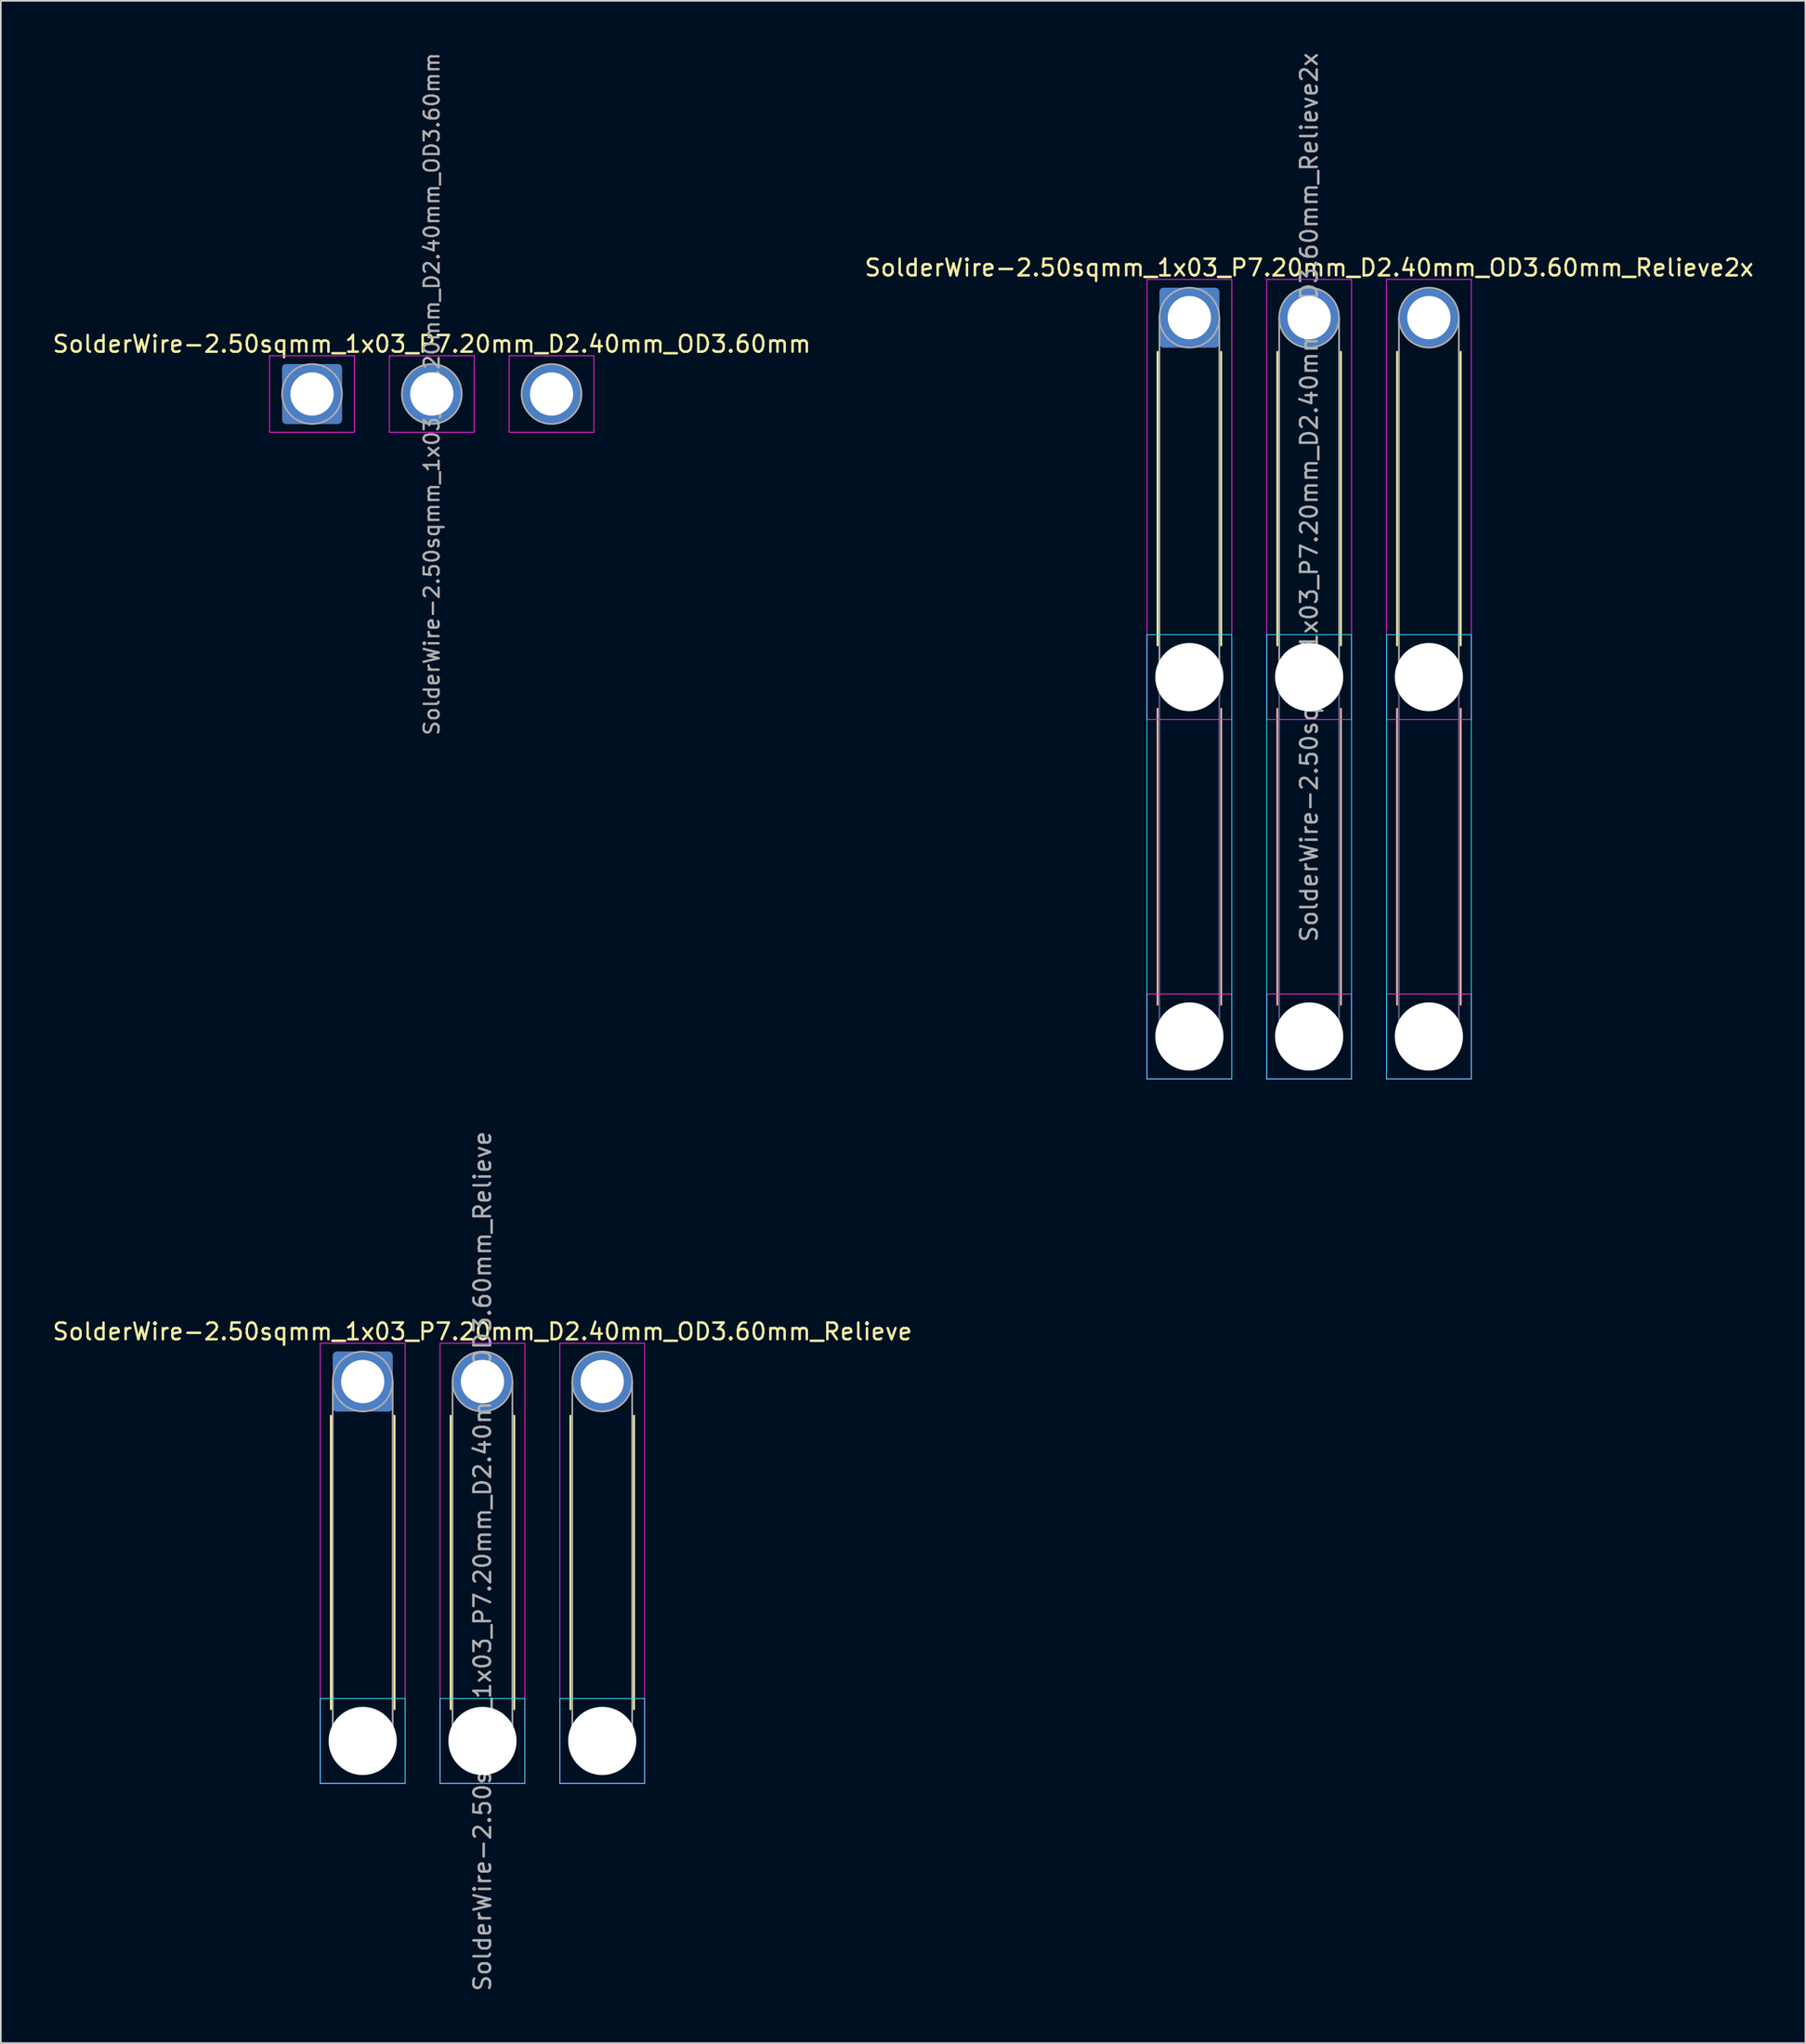
<source format=kicad_pcb>
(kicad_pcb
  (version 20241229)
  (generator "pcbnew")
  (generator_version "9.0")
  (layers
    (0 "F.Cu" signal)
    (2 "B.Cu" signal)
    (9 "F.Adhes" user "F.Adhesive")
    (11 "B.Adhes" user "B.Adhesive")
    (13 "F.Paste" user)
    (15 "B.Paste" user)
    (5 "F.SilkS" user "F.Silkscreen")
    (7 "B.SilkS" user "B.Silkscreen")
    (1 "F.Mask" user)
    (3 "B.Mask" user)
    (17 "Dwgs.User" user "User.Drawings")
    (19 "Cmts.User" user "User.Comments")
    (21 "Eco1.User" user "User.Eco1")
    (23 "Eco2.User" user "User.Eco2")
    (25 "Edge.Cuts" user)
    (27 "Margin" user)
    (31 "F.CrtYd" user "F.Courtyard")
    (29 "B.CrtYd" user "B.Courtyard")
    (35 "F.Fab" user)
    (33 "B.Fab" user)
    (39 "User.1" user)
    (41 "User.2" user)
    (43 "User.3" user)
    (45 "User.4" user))
  (footprint "SolderWire-2.50sqmm_1x03_P7.20mm_D2.40mm_OD3.60mm"
    (layer "F.Cu")
    (at 15.711 20.627)
    (property "Reference" "SolderWire-2.50sqmm_1x03_P7.20mm_D2.40mm_OD3.60mm" (at 7.2 -3 0) (layer "F.SilkS") (effects (font (size 1 1) (thickness 0.15))))
    (attr exclude_from_pos_files exclude_from_bom)
    (fp_line (start -2.55 -2.3) (end -2.55 2.3) (stroke (width 0.05) (type solid)) (layer "F.CrtYd"))
    (fp_line (start -2.55 2.3) (end 2.55 2.3) (stroke (width 0.05) (type solid)) (layer "F.CrtYd"))
    (fp_line (start 2.55 -2.3) (end -2.55 -2.3) (stroke (width 0.05) (type solid)) (layer "F.CrtYd"))
    (fp_line (start 2.55 2.3) (end 2.55 -2.3) (stroke (width 0.05) (type solid)) (layer "F.CrtYd"))
    (fp_line (start 4.65 -2.3) (end 4.65 2.3) (stroke (width 0.05) (type solid)) (layer "F.CrtYd"))
    (fp_line (start 4.65 2.3) (end 9.75 2.3) (stroke (width 0.05) (type solid)) (layer "F.CrtYd"))
    (fp_line (start 9.75 -2.3) (end 4.65 -2.3) (stroke (width 0.05) (type solid)) (layer "F.CrtYd"))
    (fp_line (start 9.75 2.3) (end 9.75 -2.3) (stroke (width 0.05) (type solid)) (layer "F.CrtYd"))
    (fp_line (start 11.85 -2.3) (end 11.85 2.3) (stroke (width 0.05) (type solid)) (layer "F.CrtYd"))
    (fp_line (start 11.85 2.3) (end 16.95 2.3) (stroke (width 0.05) (type solid)) (layer "F.CrtYd"))
    (fp_line (start 16.95 -2.3) (end 11.85 -2.3) (stroke (width 0.05) (type solid)) (layer "F.CrtYd"))
    (fp_line (start 16.95 2.3) (end 16.95 -2.3) (stroke (width 0.05) (type solid)) (layer "F.CrtYd"))
    (fp_circle (center 0 0) (end 1.8 0) (stroke (width 0.1) (type solid)) (fill no) (layer "F.Fab"))
    (fp_circle (center 7.2 0) (end 9 0) (stroke (width 0.1) (type solid)) (fill no) (layer "F.Fab"))
    (fp_circle (center 14.4 0) (end 16.2 0) (stroke (width 0.1) (type solid)) (fill no) (layer "F.Fab"))
    (fp_text user "${REFERENCE}" (at 7.2 0 90) (layer "F.Fab") (effects (font (size 0.9 0.9) (thickness 0.14))))
    (pad "1" thru_hole roundrect (at 0 0) (size 3.6 3.6) (drill 2.6) (layers "*.Cu" "*.Mask") (roundrect_rratio 0.069))
    (pad "2" thru_hole circle (at 7.2 0) (size 3.6 3.6) (drill 2.6) (layers "*.Cu" "*.Mask"))
    (pad "3" thru_hole circle (at 14.4 0) (size 3.6 3.6) (drill 2.6) (layers "*.Cu" "*.Mask")))
  (footprint "SolderWire-2.50sqmm_1x03_P7.20mm_D2.40mm_OD3.60mm_Relieve"
    (layer "F.Cu")
    (at 18.758 79.973)
    (property "Reference" "SolderWire-2.50sqmm_1x03_P7.20mm_D2.40mm_OD3.60mm_Relieve" (at 7.2 -3 0) (layer "F.SilkS") (effects (font (size 1 1) (thickness 0.15))))
    (attr exclude_from_pos_files exclude_from_bom)
    (fp_line (start -1.91 2.06) (end -1.91 19.69) (stroke (width 0.12) (type solid)) (layer "F.SilkS"))
    (fp_line (start 1.91 2.06) (end 1.91 19.69) (stroke (width 0.12) (type solid)) (layer "F.SilkS"))
    (fp_line (start 5.29 2.06) (end 5.29 19.69) (stroke (width 0.12) (type solid)) (layer "F.SilkS"))
    (fp_line (start 9.11 2.06) (end 9.11 19.69) (stroke (width 0.12) (type solid)) (layer "F.SilkS"))
    (fp_line (start 12.49 2.06) (end 12.49 19.69) (stroke (width 0.12) (type solid)) (layer "F.SilkS"))
    (fp_line (start 16.31 2.06) (end 16.31 19.69) (stroke (width 0.12) (type solid)) (layer "F.SilkS"))
    (fp_line (start -2.55 19.05) (end -2.55 24.15) (stroke (width 0.05) (type solid)) (layer "B.CrtYd"))
    (fp_line (start -2.55 24.15) (end 2.55 24.15) (stroke (width 0.05) (type solid)) (layer "B.CrtYd"))
    (fp_line (start 2.55 19.05) (end -2.55 19.05) (stroke (width 0.05) (type solid)) (layer "B.CrtYd"))
    (fp_line (start 2.55 24.15) (end 2.55 19.05) (stroke (width 0.05) (type solid)) (layer "B.CrtYd"))
    (fp_line (start 4.65 19.05) (end 4.65 24.15) (stroke (width 0.05) (type solid)) (layer "B.CrtYd"))
    (fp_line (start 4.65 24.15) (end 9.75 24.15) (stroke (width 0.05) (type solid)) (layer "B.CrtYd"))
    (fp_line (start 9.75 19.05) (end 4.65 19.05) (stroke (width 0.05) (type solid)) (layer "B.CrtYd"))
    (fp_line (start 9.75 24.15) (end 9.75 19.05) (stroke (width 0.05) (type solid)) (layer "B.CrtYd"))
    (fp_line (start 11.85 19.05) (end 11.85 24.15) (stroke (width 0.05) (type solid)) (layer "B.CrtYd"))
    (fp_line (start 11.85 24.15) (end 16.95 24.15) (stroke (width 0.05) (type solid)) (layer "B.CrtYd"))
    (fp_line (start 16.95 19.05) (end 11.85 19.05) (stroke (width 0.05) (type solid)) (layer "B.CrtYd"))
    (fp_line (start 16.95 24.15) (end 16.95 19.05) (stroke (width 0.05) (type solid)) (layer "B.CrtYd"))
    (fp_line (start -2.55 -2.3) (end -2.55 24.15) (stroke (width 0.05) (type solid)) (layer "F.CrtYd"))
    (fp_line (start -2.55 24.15) (end 2.55 24.15) (stroke (width 0.05) (type solid)) (layer "F.CrtYd"))
    (fp_line (start 2.55 -2.3) (end -2.55 -2.3) (stroke (width 0.05) (type solid)) (layer "F.CrtYd"))
    (fp_line (start 2.55 24.15) (end 2.55 -2.3) (stroke (width 0.05) (type solid)) (layer "F.CrtYd"))
    (fp_line (start 4.65 -2.3) (end 4.65 24.15) (stroke (width 0.05) (type solid)) (layer "F.CrtYd"))
    (fp_line (start 4.65 24.15) (end 9.75 24.15) (stroke (width 0.05) (type solid)) (layer "F.CrtYd"))
    (fp_line (start 9.75 -2.3) (end 4.65 -2.3) (stroke (width 0.05) (type solid)) (layer "F.CrtYd"))
    (fp_line (start 9.75 24.15) (end 9.75 -2.3) (stroke (width 0.05) (type solid)) (layer "F.CrtYd"))
    (fp_line (start 11.85 -2.3) (end 11.85 24.15) (stroke (width 0.05) (type solid)) (layer "F.CrtYd"))
    (fp_line (start 11.85 24.15) (end 16.95 24.15) (stroke (width 0.05) (type solid)) (layer "F.CrtYd"))
    (fp_line (start 16.95 -2.3) (end 11.85 -2.3) (stroke (width 0.05) (type solid)) (layer "F.CrtYd"))
    (fp_line (start 16.95 24.15) (end 16.95 -2.3) (stroke (width 0.05) (type solid)) (layer "F.CrtYd"))
    (fp_line (start -1.8 0) (end -1.8 21.6) (stroke (width 0.1) (type solid)) (layer "F.Fab"))
    (fp_line (start 1.8 0) (end 1.8 21.6) (stroke (width 0.1) (type solid)) (layer "F.Fab"))
    (fp_line (start 5.4 0) (end 5.4 21.6) (stroke (width 0.1) (type solid)) (layer "F.Fab"))
    (fp_line (start 9 0) (end 9 21.6) (stroke (width 0.1) (type solid)) (layer "F.Fab"))
    (fp_line (start 12.6 0) (end 12.6 21.6) (stroke (width 0.1) (type solid)) (layer "F.Fab"))
    (fp_line (start 16.2 0) (end 16.2 21.6) (stroke (width 0.1) (type solid)) (layer "F.Fab"))
    (fp_circle (center 0 0) (end 1.8 0) (stroke (width 0.1) (type solid)) (fill no) (layer "F.Fab"))
    (fp_circle (center 0 21.6) (end 1.8 21.6) (stroke (width 0.1) (type solid)) (fill no) (layer "F.Fab"))
    (fp_circle (center 7.2 0) (end 9 0) (stroke (width 0.1) (type solid)) (fill no) (layer "F.Fab"))
    (fp_circle (center 7.2 21.6) (end 9 21.6) (stroke (width 0.1) (type solid)) (fill no) (layer "F.Fab"))
    (fp_circle (center 14.4 0) (end 16.2 0) (stroke (width 0.1) (type solid)) (fill no) (layer "F.Fab"))
    (fp_circle (center 14.4 21.6) (end 16.2 21.6) (stroke (width 0.1) (type solid)) (fill no) (layer "F.Fab"))
    (fp_text user "${REFERENCE}" (at 7.2 10.8 90) (layer "F.Fab") (effects (font (size 1 1) (thickness 0.15))))
    (pad "" np_thru_hole circle (at 0 21.6) (size 4.1 4.1) (drill 4.1) (layers "*.Cu" "*.Mask"))
    (pad "" np_thru_hole circle (at 7.2 21.6) (size 4.1 4.1) (drill 4.1) (layers "*.Cu" "*.Mask"))
    (pad "" np_thru_hole circle (at 14.4 21.6) (size 4.1 4.1) (drill 4.1) (layers "*.Cu" "*.Mask"))
    (pad "1" thru_hole roundrect (at 0 0) (size 3.6 3.6) (drill 2.6) (layers "*.Cu" "*.Mask") (roundrect_rratio 0.069))
    (pad "2" thru_hole circle (at 7.2 0) (size 3.6 3.6) (drill 2.6) (layers "*.Cu" "*.Mask"))
    (pad "3" thru_hole circle (at 14.4 0) (size 3.6 3.6) (drill 2.6) (layers "*.Cu" "*.Mask")))
  (footprint "SolderWire-2.50sqmm_1x03_P7.20mm_D2.40mm_OD3.60mm_Relieve2x"
    (layer "F.Cu")
    (at 68.461 16.039)
    (property "Reference" "SolderWire-2.50sqmm_1x03_P7.20mm_D2.40mm_OD3.60mm_Relieve2x" (at 7.2 -3 0) (layer "F.SilkS") (effects (font (size 1 1) (thickness 0.15))))
    (attr exclude_from_pos_files exclude_from_bom)
    (fp_line (start -1.91 2.06) (end -1.91 19.69) (stroke (width 0.12) (type solid)) (layer "F.SilkS"))
    (fp_line (start 1.91 2.06) (end 1.91 19.69) (stroke (width 0.12) (type solid)) (layer "F.SilkS"))
    (fp_line (start 5.29 2.06) (end 5.29 19.69) (stroke (width 0.12) (type solid)) (layer "F.SilkS"))
    (fp_line (start 9.11 2.06) (end 9.11 19.69) (stroke (width 0.12) (type solid)) (layer "F.SilkS"))
    (fp_line (start 12.49 2.06) (end 12.49 19.69) (stroke (width 0.12) (type solid)) (layer "F.SilkS"))
    (fp_line (start 16.31 2.06) (end 16.31 19.69) (stroke (width 0.12) (type solid)) (layer "F.SilkS"))
    (fp_line (start -1.91 23.51) (end -1.91 41.29) (stroke (width 0.12) (type solid)) (layer "B.SilkS"))
    (fp_line (start 1.91 23.51) (end 1.91 41.29) (stroke (width 0.12) (type solid)) (layer "B.SilkS"))
    (fp_line (start 5.29 23.51) (end 5.29 41.29) (stroke (width 0.12) (type solid)) (layer "B.SilkS"))
    (fp_line (start 9.11 23.51) (end 9.11 41.29) (stroke (width 0.12) (type solid)) (layer "B.SilkS"))
    (fp_line (start 12.49 23.51) (end 12.49 41.29) (stroke (width 0.12) (type solid)) (layer "B.SilkS"))
    (fp_line (start 16.31 23.51) (end 16.31 41.29) (stroke (width 0.12) (type solid)) (layer "B.SilkS"))
    (fp_line (start -2.55 19.05) (end -2.55 45.75) (stroke (width 0.05) (type solid)) (layer "B.CrtYd"))
    (fp_line (start -2.55 45.75) (end 2.55 45.75) (stroke (width 0.05) (type solid)) (layer "B.CrtYd"))
    (fp_line (start 2.55 19.05) (end -2.55 19.05) (stroke (width 0.05) (type solid)) (layer "B.CrtYd"))
    (fp_line (start 2.55 45.75) (end 2.55 19.05) (stroke (width 0.05) (type solid)) (layer "B.CrtYd"))
    (fp_line (start 4.65 19.05) (end 4.65 45.75) (stroke (width 0.05) (type solid)) (layer "B.CrtYd"))
    (fp_line (start 4.65 45.75) (end 9.75 45.75) (stroke (width 0.05) (type solid)) (layer "B.CrtYd"))
    (fp_line (start 9.75 19.05) (end 4.65 19.05) (stroke (width 0.05) (type solid)) (layer "B.CrtYd"))
    (fp_line (start 9.75 45.75) (end 9.75 19.05) (stroke (width 0.05) (type solid)) (layer "B.CrtYd"))
    (fp_line (start 11.85 19.05) (end 11.85 45.75) (stroke (width 0.05) (type solid)) (layer "B.CrtYd"))
    (fp_line (start 11.85 45.75) (end 16.95 45.75) (stroke (width 0.05) (type solid)) (layer "B.CrtYd"))
    (fp_line (start 16.95 19.05) (end 11.85 19.05) (stroke (width 0.05) (type solid)) (layer "B.CrtYd"))
    (fp_line (start 16.95 45.75) (end 16.95 19.05) (stroke (width 0.05) (type solid)) (layer "B.CrtYd"))
    (fp_line (start -2.55 -2.3) (end -2.55 24.15) (stroke (width 0.05) (type solid)) (layer "F.CrtYd"))
    (fp_line (start -2.55 24.15) (end 2.55 24.15) (stroke (width 0.05) (type solid)) (layer "F.CrtYd"))
    (fp_line (start -2.55 40.65) (end -2.55 45.75) (stroke (width 0.05) (type solid)) (layer "F.CrtYd"))
    (fp_line (start -2.55 45.75) (end 2.55 45.75) (stroke (width 0.05) (type solid)) (layer "F.CrtYd"))
    (fp_line (start 2.55 -2.3) (end -2.55 -2.3) (stroke (width 0.05) (type solid)) (layer "F.CrtYd"))
    (fp_line (start 2.55 24.15) (end 2.55 -2.3) (stroke (width 0.05) (type solid)) (layer "F.CrtYd"))
    (fp_line (start 2.55 40.65) (end -2.55 40.65) (stroke (width 0.05) (type solid)) (layer "F.CrtYd"))
    (fp_line (start 2.55 45.75) (end 2.55 40.65) (stroke (width 0.05) (type solid)) (layer "F.CrtYd"))
    (fp_line (start 4.65 -2.3) (end 4.65 24.15) (stroke (width 0.05) (type solid)) (layer "F.CrtYd"))
    (fp_line (start 4.65 24.15) (end 9.75 24.15) (stroke (width 0.05) (type solid)) (layer "F.CrtYd"))
    (fp_line (start 4.65 40.65) (end 4.65 45.75) (stroke (width 0.05) (type solid)) (layer "F.CrtYd"))
    (fp_line (start 4.65 45.75) (end 9.75 45.75) (stroke (width 0.05) (type solid)) (layer "F.CrtYd"))
    (fp_line (start 9.75 -2.3) (end 4.65 -2.3) (stroke (width 0.05) (type solid)) (layer "F.CrtYd"))
    (fp_line (start 9.75 24.15) (end 9.75 -2.3) (stroke (width 0.05) (type solid)) (layer "F.CrtYd"))
    (fp_line (start 9.75 40.65) (end 4.65 40.65) (stroke (width 0.05) (type solid)) (layer "F.CrtYd"))
    (fp_line (start 9.75 45.75) (end 9.75 40.65) (stroke (width 0.05) (type solid)) (layer "F.CrtYd"))
    (fp_line (start 11.85 -2.3) (end 11.85 24.15) (stroke (width 0.05) (type solid)) (layer "F.CrtYd"))
    (fp_line (start 11.85 24.15) (end 16.95 24.15) (stroke (width 0.05) (type solid)) (layer "F.CrtYd"))
    (fp_line (start 11.85 40.65) (end 11.85 45.75) (stroke (width 0.05) (type solid)) (layer "F.CrtYd"))
    (fp_line (start 11.85 45.75) (end 16.95 45.75) (stroke (width 0.05) (type solid)) (layer "F.CrtYd"))
    (fp_line (start 16.95 -2.3) (end 11.85 -2.3) (stroke (width 0.05) (type solid)) (layer "F.CrtYd"))
    (fp_line (start 16.95 24.15) (end 16.95 -2.3) (stroke (width 0.05) (type solid)) (layer "F.CrtYd"))
    (fp_line (start 16.95 40.65) (end 11.85 40.65) (stroke (width 0.05) (type solid)) (layer "F.CrtYd"))
    (fp_line (start 16.95 45.75) (end 16.95 40.65) (stroke (width 0.05) (type solid)) (layer "F.CrtYd"))
    (fp_line (start -1.8 21.6) (end -1.8 43.2) (stroke (width 0.1) (type solid)) (layer "B.Fab"))
    (fp_line (start 1.8 21.6) (end 1.8 43.2) (stroke (width 0.1) (type solid)) (layer "B.Fab"))
    (fp_line (start 5.4 21.6) (end 5.4 43.2) (stroke (width 0.1) (type solid)) (layer "B.Fab"))
    (fp_line (start 9 21.6) (end 9 43.2) (stroke (width 0.1) (type solid)) (layer "B.Fab"))
    (fp_line (start 12.6 21.6) (end 12.6 43.2) (stroke (width 0.1) (type solid)) (layer "B.Fab"))
    (fp_line (start 16.2 21.6) (end 16.2 43.2) (stroke (width 0.1) (type solid)) (layer "B.Fab"))
    (fp_circle (center 0 21.6) (end 1.8 21.6) (stroke (width 0.1) (type solid)) (fill no) (layer "B.Fab"))
    (fp_circle (center 0 43.2) (end 1.8 43.2) (stroke (width 0.1) (type solid)) (fill no) (layer "B.Fab"))
    (fp_circle (center 7.2 21.6) (end 9 21.6) (stroke (width 0.1) (type solid)) (fill no) (layer "B.Fab"))
    (fp_circle (center 7.2 43.2) (end 9 43.2) (stroke (width 0.1) (type solid)) (fill no) (layer "B.Fab"))
    (fp_circle (center 14.4 21.6) (end 16.2 21.6) (stroke (width 0.1) (type solid)) (fill no) (layer "B.Fab"))
    (fp_circle (center 14.4 43.2) (end 16.2 43.2) (stroke (width 0.1) (type solid)) (fill no) (layer "B.Fab"))
    (fp_line (start -1.8 0) (end -1.8 21.6) (stroke (width 0.1) (type solid)) (layer "F.Fab"))
    (fp_line (start 1.8 0) (end 1.8 21.6) (stroke (width 0.1) (type solid)) (layer "F.Fab"))
    (fp_line (start 5.4 0) (end 5.4 21.6) (stroke (width 0.1) (type solid)) (layer "F.Fab"))
    (fp_line (start 9 0) (end 9 21.6) (stroke (width 0.1) (type solid)) (layer "F.Fab"))
    (fp_line (start 12.6 0) (end 12.6 21.6) (stroke (width 0.1) (type solid)) (layer "F.Fab"))
    (fp_line (start 16.2 0) (end 16.2 21.6) (stroke (width 0.1) (type solid)) (layer "F.Fab"))
    (fp_circle (center 0 0) (end 1.8 0) (stroke (width 0.1) (type solid)) (fill no) (layer "F.Fab"))
    (fp_circle (center 0 21.6) (end 1.8 21.6) (stroke (width 0.1) (type solid)) (fill no) (layer "F.Fab"))
    (fp_circle (center 0 43.2) (end 1.8 43.2) (stroke (width 0.1) (type solid)) (fill no) (layer "F.Fab"))
    (fp_circle (center 7.2 0) (end 9 0) (stroke (width 0.1) (type solid)) (fill no) (layer "F.Fab"))
    (fp_circle (center 7.2 21.6) (end 9 21.6) (stroke (width 0.1) (type solid)) (fill no) (layer "F.Fab"))
    (fp_circle (center 7.2 43.2) (end 9 43.2) (stroke (width 0.1) (type solid)) (fill no) (layer "F.Fab"))
    (fp_circle (center 14.4 0) (end 16.2 0) (stroke (width 0.1) (type solid)) (fill no) (layer "F.Fab"))
    (fp_circle (center 14.4 21.6) (end 16.2 21.6) (stroke (width 0.1) (type solid)) (fill no) (layer "F.Fab"))
    (fp_circle (center 14.4 43.2) (end 16.2 43.2) (stroke (width 0.1) (type solid)) (fill no) (layer "F.Fab"))
    (fp_text user "${REFERENCE}" (at 7.2 10.8 90) (layer "F.Fab") (effects (font (size 1 1) (thickness 0.15))))
    (pad "" np_thru_hole circle (at 0 21.6) (size 4.1 4.1) (drill 4.1) (layers "*.Cu" "*.Mask"))
    (pad "" np_thru_hole circle (at 0 43.2) (size 4.1 4.1) (drill 4.1) (layers "*.Cu" "*.Mask"))
    (pad "" np_thru_hole circle (at 7.2 21.6) (size 4.1 4.1) (drill 4.1) (layers "*.Cu" "*.Mask"))
    (pad "" np_thru_hole circle (at 7.2 43.2) (size 4.1 4.1) (drill 4.1) (layers "*.Cu" "*.Mask"))
    (pad "" np_thru_hole circle (at 14.4 21.6) (size 4.1 4.1) (drill 4.1) (layers "*.Cu" "*.Mask"))
    (pad "" np_thru_hole circle (at 14.4 43.2) (size 4.1 4.1) (drill 4.1) (layers "*.Cu" "*.Mask"))
    (pad "1" thru_hole roundrect (at 0 0) (size 3.6 3.6) (drill 2.6) (layers "*.Cu" "*.Mask") (roundrect_rratio 0.069))
    (pad "2" thru_hole circle (at 7.2 0) (size 3.6 3.6) (drill 2.6) (layers "*.Cu" "*.Mask"))
    (pad "3" thru_hole circle (at 14.4 0) (size 3.6 3.6) (drill 2.6) (layers "*.Cu" "*.Mask")))
  (gr_rect
    (start -3 -3)
    (end 105.5 119.731)
    (stroke (width 0.1) (type default))
    (fill no)
    (layer "Edge.Cuts")))
</source>
